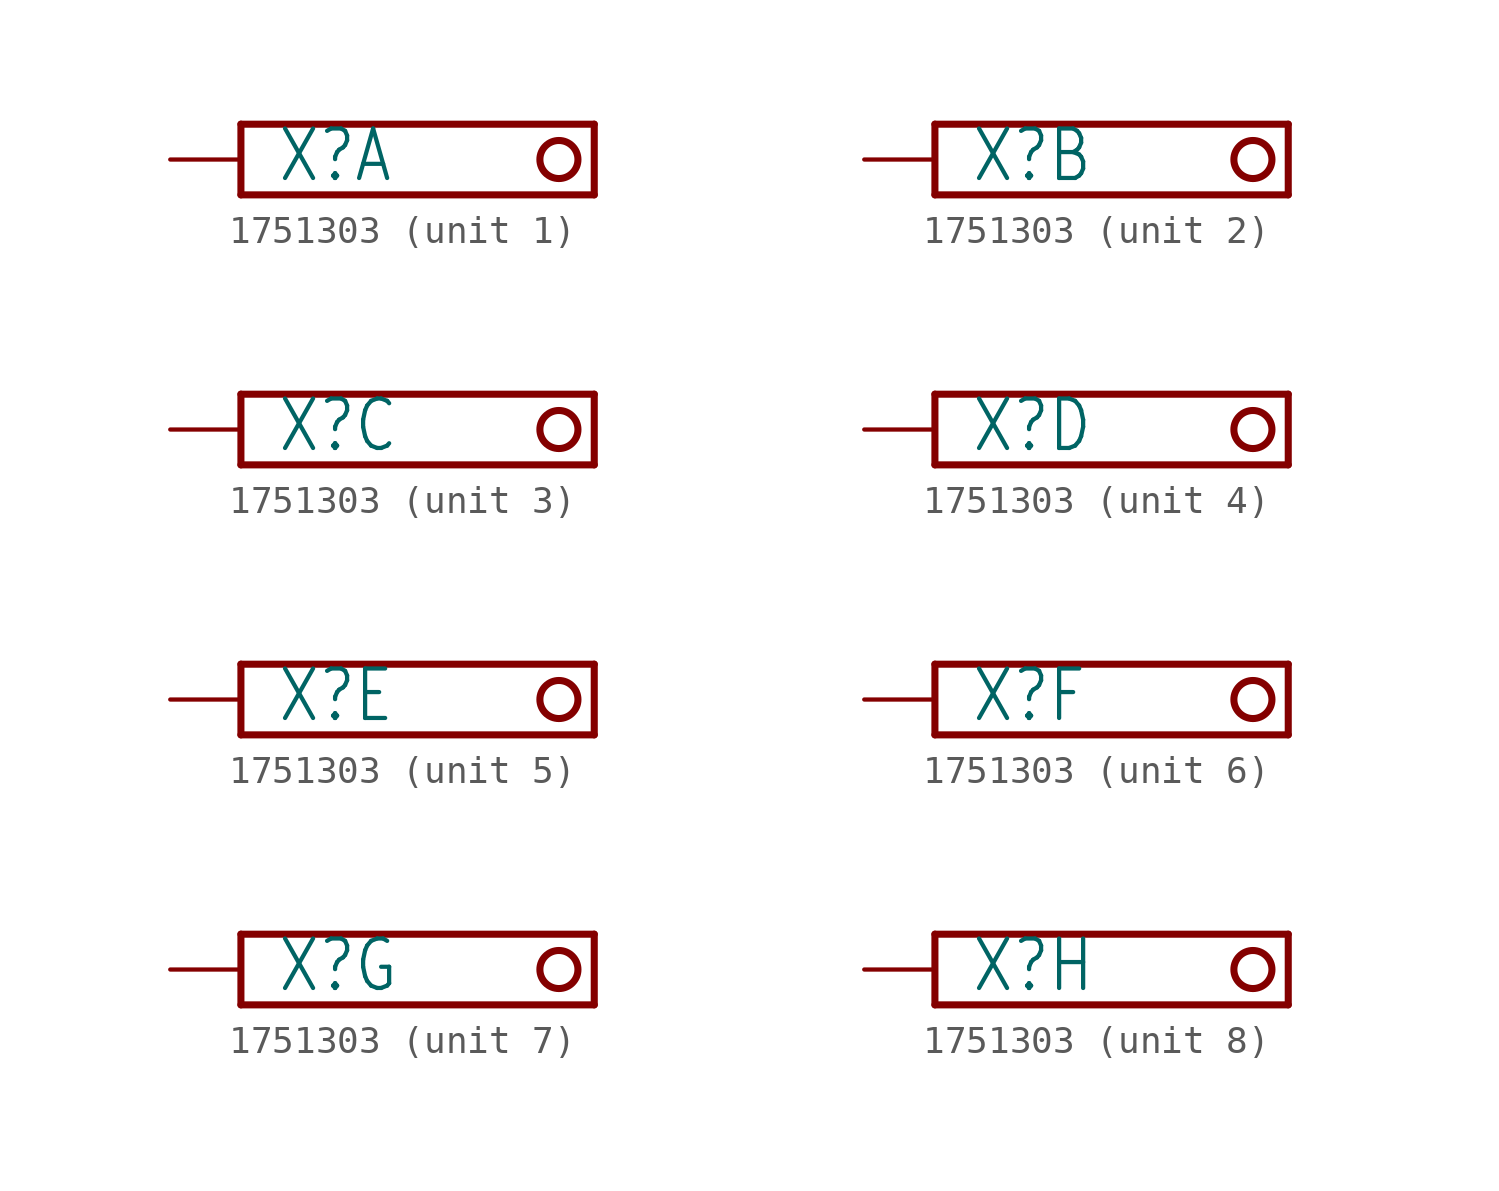
<source format=kicad_sym>
(kicad_symbol_lib
  (version 20220914)
  (generator kicad_symbol_editor)
  (symbol "1751303"
    (property "Reference" "X"
      (at 1.27 -0.889 0)
      (effects (font (size 1.778 1.511)) (justify left bottom)))
    (property "Value" ""
      (at 13.97 -0.889 0)
      (effects (font (size 1.778 1.511)) (justify left bottom)))
    (property "ki_locked" ""
      (at 0 0 0)
      (effects (font (size 1.27 1.27))))
    (symbol "1751303_1_0"
      (polyline (pts (xy 0 -1.27) (xy 0 1.27)) (stroke (width 0.254) (type solid)) (fill (type none)))
      (polyline (pts (xy 0 1.27) (xy 12.7 1.27)) (stroke (width 0.254) (type solid)) (fill (type none)))
      (polyline (pts (xy 12.7 -1.27) (xy 0 -1.27)) (stroke (width 0.254) (type solid)) (fill (type none)))
      (polyline (pts (xy 12.7 -1.27) (xy 12.7 1.27)) (stroke (width 0.254) (type solid)) (fill (type none)))
      (circle (center 11.43 0) (radius 0.684) (stroke (width 0.254) (type solid)) (fill (type none)))
      (pin passive line (at -2.54 0 0) (length 2.54) (name "K" (effects (font (size 0 0)))) (number "1" (effects (font (size 0 0))))))
    (symbol "1751303_2_0"
      (polyline (pts (xy 0 -1.27) (xy 0 1.27)) (stroke (width 0.254) (type solid)) (fill (type none)))
      (polyline (pts (xy 0 1.27) (xy 12.7 1.27)) (stroke (width 0.254) (type solid)) (fill (type none)))
      (polyline (pts (xy 12.7 -1.27) (xy 0 -1.27)) (stroke (width 0.254) (type solid)) (fill (type none)))
      (polyline (pts (xy 12.7 -1.27) (xy 12.7 1.27)) (stroke (width 0.254) (type solid)) (fill (type none)))
      (circle (center 11.43 0) (radius 0.684) (stroke (width 0.254) (type solid)) (fill (type none)))
      (pin passive line (at -2.54 0 0) (length 2.54) (name "K" (effects (font (size 0 0)))) (number "2" (effects (font (size 0 0))))))
    (symbol "1751303_3_0"
      (polyline (pts (xy 0 -1.27) (xy 0 1.27)) (stroke (width 0.254) (type solid)) (fill (type none)))
      (polyline (pts (xy 0 1.27) (xy 12.7 1.27)) (stroke (width 0.254) (type solid)) (fill (type none)))
      (polyline (pts (xy 12.7 -1.27) (xy 0 -1.27)) (stroke (width 0.254) (type solid)) (fill (type none)))
      (polyline (pts (xy 12.7 -1.27) (xy 12.7 1.27)) (stroke (width 0.254) (type solid)) (fill (type none)))
      (circle (center 11.43 0) (radius 0.684) (stroke (width 0.254) (type solid)) (fill (type none)))
      (pin passive line (at -2.54 0 0) (length 2.54) (name "K" (effects (font (size 0 0)))) (number "3" (effects (font (size 0 0))))))
    (symbol "1751303_4_0"
      (polyline (pts (xy 0 -1.27) (xy 0 1.27)) (stroke (width 0.254) (type solid)) (fill (type none)))
      (polyline (pts (xy 0 1.27) (xy 12.7 1.27)) (stroke (width 0.254) (type solid)) (fill (type none)))
      (polyline (pts (xy 12.7 -1.27) (xy 0 -1.27)) (stroke (width 0.254) (type solid)) (fill (type none)))
      (polyline (pts (xy 12.7 -1.27) (xy 12.7 1.27)) (stroke (width 0.254) (type solid)) (fill (type none)))
      (circle (center 11.43 0) (radius 0.684) (stroke (width 0.254) (type solid)) (fill (type none)))
      (pin passive line (at -2.54 0 0) (length 2.54) (name "K" (effects (font (size 0 0)))) (number "4" (effects (font (size 0 0))))))
    (symbol "1751303_5_0"
      (polyline (pts (xy 0 -1.27) (xy 0 1.27)) (stroke (width 0.254) (type solid)) (fill (type none)))
      (polyline (pts (xy 0 1.27) (xy 12.7 1.27)) (stroke (width 0.254) (type solid)) (fill (type none)))
      (polyline (pts (xy 12.7 -1.27) (xy 0 -1.27)) (stroke (width 0.254) (type solid)) (fill (type none)))
      (polyline (pts (xy 12.7 -1.27) (xy 12.7 1.27)) (stroke (width 0.254) (type solid)) (fill (type none)))
      (circle (center 11.43 0) (radius 0.684) (stroke (width 0.254) (type solid)) (fill (type none)))
      (pin passive line (at -2.54 0 0) (length 2.54) (name "K" (effects (font (size 0 0)))) (number "5" (effects (font (size 0 0))))))
    (symbol "1751303_6_0"
      (polyline (pts (xy 0 -1.27) (xy 0 1.27)) (stroke (width 0.254) (type solid)) (fill (type none)))
      (polyline (pts (xy 0 1.27) (xy 12.7 1.27)) (stroke (width 0.254) (type solid)) (fill (type none)))
      (polyline (pts (xy 12.7 -1.27) (xy 0 -1.27)) (stroke (width 0.254) (type solid)) (fill (type none)))
      (polyline (pts (xy 12.7 -1.27) (xy 12.7 1.27)) (stroke (width 0.254) (type solid)) (fill (type none)))
      (circle (center 11.43 0) (radius 0.684) (stroke (width 0.254) (type solid)) (fill (type none)))
      (pin passive line (at -2.54 0 0) (length 2.54) (name "K" (effects (font (size 0 0)))) (number "6" (effects (font (size 0 0))))))
    (symbol "1751303_7_0"
      (polyline (pts (xy 0 -1.27) (xy 0 1.27)) (stroke (width 0.254) (type solid)) (fill (type none)))
      (polyline (pts (xy 0 1.27) (xy 12.7 1.27)) (stroke (width 0.254) (type solid)) (fill (type none)))
      (polyline (pts (xy 12.7 -1.27) (xy 0 -1.27)) (stroke (width 0.254) (type solid)) (fill (type none)))
      (polyline (pts (xy 12.7 -1.27) (xy 12.7 1.27)) (stroke (width 0.254) (type solid)) (fill (type none)))
      (circle (center 11.43 0) (radius 0.684) (stroke (width 0.254) (type solid)) (fill (type none)))
      (pin passive line (at -2.54 0 0) (length 2.54) (name "K" (effects (font (size 0 0)))) (number "7" (effects (font (size 0 0))))))
    (symbol "1751303_8_0"
      (polyline (pts (xy 0 -1.27) (xy 0 1.27)) (stroke (width 0.254) (type solid)) (fill (type none)))
      (polyline (pts (xy 0 1.27) (xy 12.7 1.27)) (stroke (width 0.254) (type solid)) (fill (type none)))
      (polyline (pts (xy 12.7 -1.27) (xy 0 -1.27)) (stroke (width 0.254) (type solid)) (fill (type none)))
      (polyline (pts (xy 12.7 -1.27) (xy 12.7 1.27)) (stroke (width 0.254) (type solid)) (fill (type none)))
      (circle (center 11.43 0) (radius 0.684) (stroke (width 0.254) (type solid)) (fill (type none)))
      (pin passive line (at -2.54 0 0) (length 2.54) (name "K" (effects (font (size 0 0)))) (number "8" (effects (font (size 0 0))))))))
</source>
